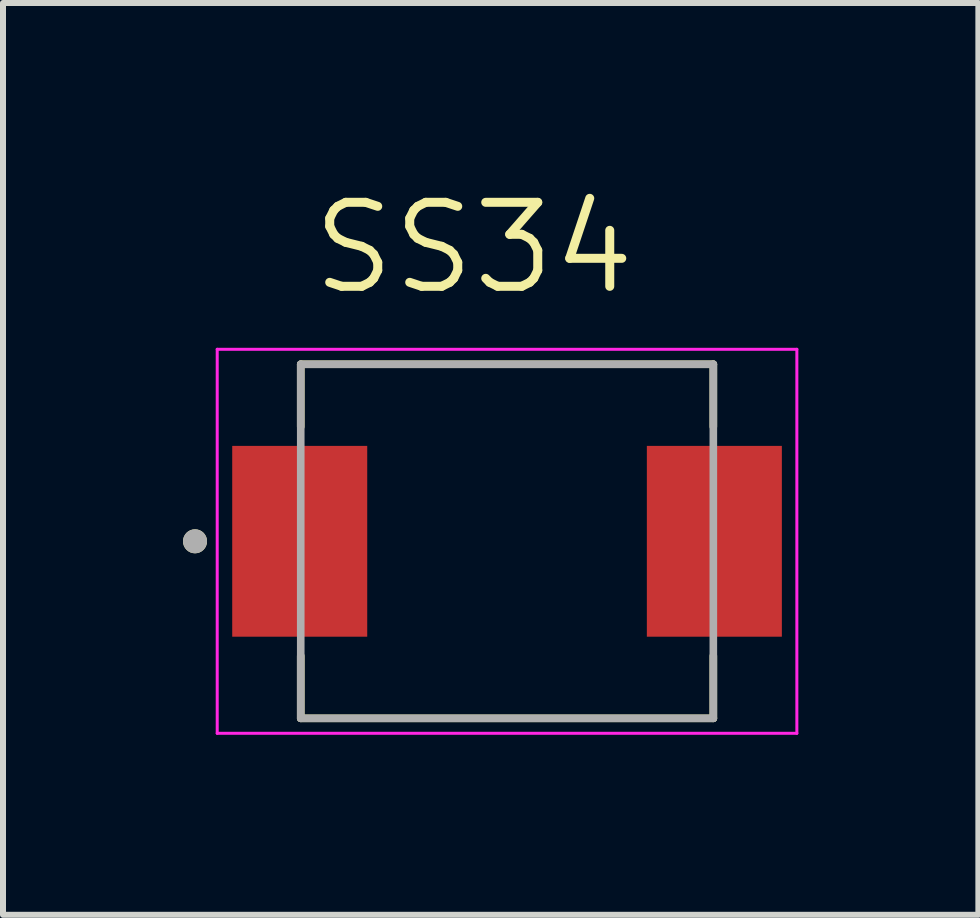
<source format=kicad_pcb>
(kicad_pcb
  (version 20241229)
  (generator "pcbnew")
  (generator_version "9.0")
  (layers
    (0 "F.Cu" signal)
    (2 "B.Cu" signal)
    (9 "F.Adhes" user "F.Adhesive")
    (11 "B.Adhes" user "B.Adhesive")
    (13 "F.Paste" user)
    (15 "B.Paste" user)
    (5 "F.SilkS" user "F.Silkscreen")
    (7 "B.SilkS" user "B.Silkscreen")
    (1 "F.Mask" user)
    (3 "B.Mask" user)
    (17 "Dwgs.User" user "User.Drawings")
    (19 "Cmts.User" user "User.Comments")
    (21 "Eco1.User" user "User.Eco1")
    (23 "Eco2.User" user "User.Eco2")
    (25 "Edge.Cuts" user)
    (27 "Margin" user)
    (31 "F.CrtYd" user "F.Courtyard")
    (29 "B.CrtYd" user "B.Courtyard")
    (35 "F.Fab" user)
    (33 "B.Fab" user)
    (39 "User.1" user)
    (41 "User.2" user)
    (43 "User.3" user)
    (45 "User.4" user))
  (footprint "SS34"
    (layer "F.Cu")
    (at 5.4 5.971)
    (property "Reference" "SS34" (at -0.555 -4.889 0) (layer "F.SilkS") (effects (font (size 1.4 1.4) (thickness 0.15))))
    (attr smd)
    (fp_line (start -3.438 -2.95) (end -3.438 -1.91) (stroke (width 0.127) (type solid)) (layer "F.SilkS"))
    (fp_line (start -3.438 1.91) (end -3.438 2.95) (stroke (width 0.127) (type solid)) (layer "F.SilkS"))
    (fp_line (start -3.438 2.95) (end 3.438 2.95) (stroke (width 0.127) (type solid)) (layer "F.SilkS"))
    (fp_line (start 3.438 -2.95) (end -3.438 -2.95) (stroke (width 0.127) (type solid)) (layer "F.SilkS"))
    (fp_line (start 3.438 -1.91) (end 3.438 -2.95) (stroke (width 0.127) (type solid)) (layer "F.SilkS"))
    (fp_line (start 3.438 2.95) (end 3.438 1.91) (stroke (width 0.127) (type solid)) (layer "F.SilkS"))
    (fp_circle (center -5.2 0) (end -5.1 0) (stroke (width 0.2) (type solid)) (fill no) (layer "F.SilkS"))
    (fp_line (start -4.83 -3.2) (end -4.83 3.2) (stroke (width 0.05) (type solid)) (layer "F.CrtYd"))
    (fp_line (start -4.83 3.2) (end 4.83 3.2) (stroke (width 0.05) (type solid)) (layer "F.CrtYd"))
    (fp_line (start 4.83 -3.2) (end -4.83 -3.2) (stroke (width 0.05) (type solid)) (layer "F.CrtYd"))
    (fp_line (start 4.83 3.2) (end 4.83 -3.2) (stroke (width 0.05) (type solid)) (layer "F.CrtYd"))
    (fp_line (start -3.438 -2.95) (end -3.438 2.95) (stroke (width 0.127) (type solid)) (layer "F.Fab"))
    (fp_line (start -3.438 2.95) (end 3.438 2.95) (stroke (width 0.127) (type solid)) (layer "F.Fab"))
    (fp_line (start 3.438 -2.95) (end -3.438 -2.95) (stroke (width 0.127) (type solid)) (layer "F.Fab"))
    (fp_line (start 3.438 2.95) (end 3.438 -2.95) (stroke (width 0.127) (type solid)) (layer "F.Fab"))
    (fp_circle (center -5.2 0) (end -5.1 0) (stroke (width 0.2) (type solid)) (fill no) (layer "F.Fab"))
    (pad "A" smd rect (at 3.455 0) (size 2.25 3.18) (layers "F.Cu" "F.Mask" "F.Paste"))
    (pad "C" smd rect (at -3.455 0) (size 2.25 3.18) (layers "F.Cu" "F.Mask" "F.Paste")))
  (gr_rect
    (start -3 -3)
    (end 13.255 12.196)
    (stroke (width 0.1) (type default))
    (fill no)
    (layer "Edge.Cuts")))
</source>
